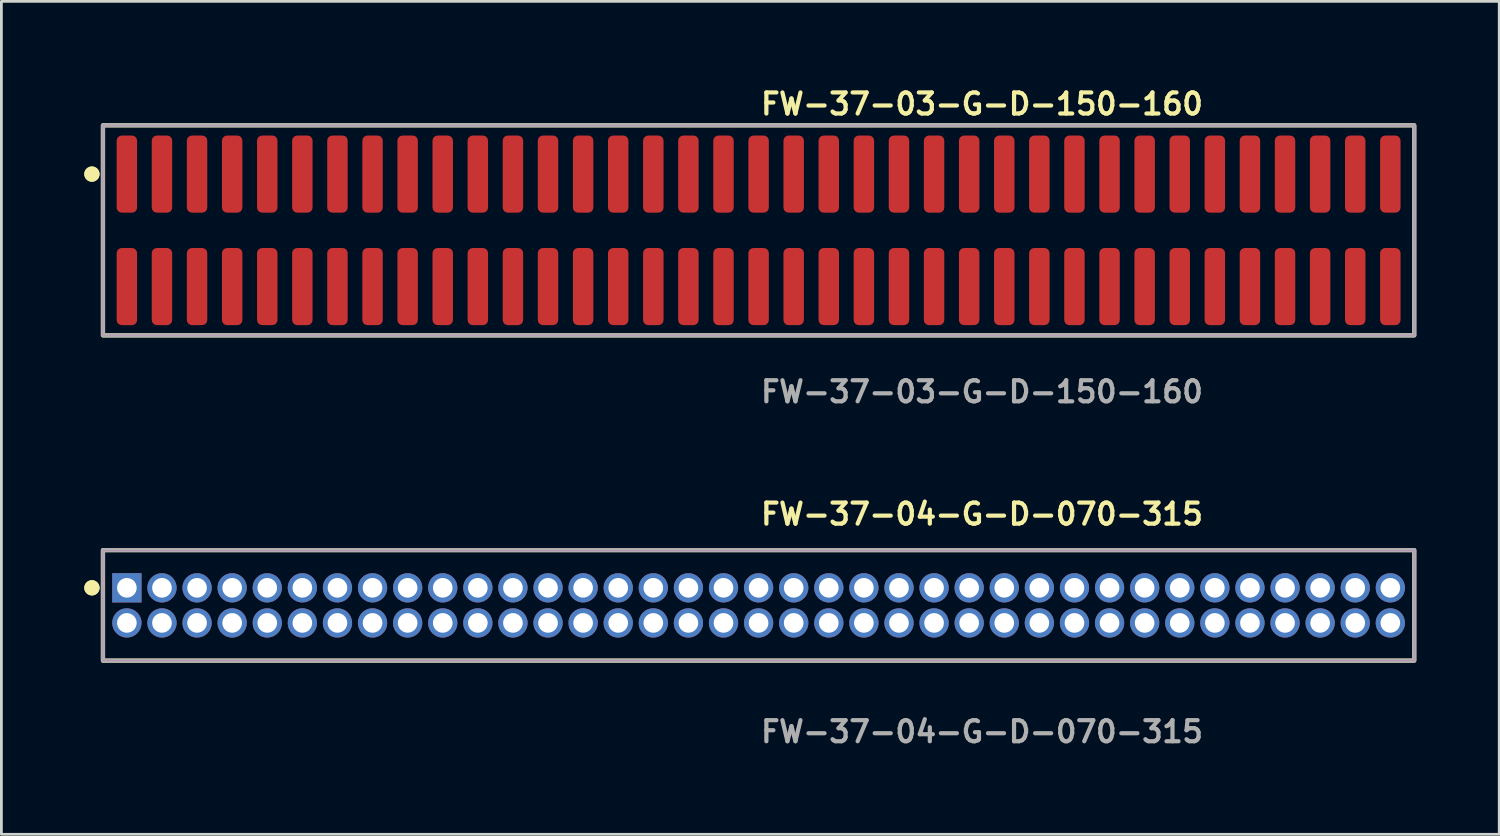
<source format=kicad_pcb>
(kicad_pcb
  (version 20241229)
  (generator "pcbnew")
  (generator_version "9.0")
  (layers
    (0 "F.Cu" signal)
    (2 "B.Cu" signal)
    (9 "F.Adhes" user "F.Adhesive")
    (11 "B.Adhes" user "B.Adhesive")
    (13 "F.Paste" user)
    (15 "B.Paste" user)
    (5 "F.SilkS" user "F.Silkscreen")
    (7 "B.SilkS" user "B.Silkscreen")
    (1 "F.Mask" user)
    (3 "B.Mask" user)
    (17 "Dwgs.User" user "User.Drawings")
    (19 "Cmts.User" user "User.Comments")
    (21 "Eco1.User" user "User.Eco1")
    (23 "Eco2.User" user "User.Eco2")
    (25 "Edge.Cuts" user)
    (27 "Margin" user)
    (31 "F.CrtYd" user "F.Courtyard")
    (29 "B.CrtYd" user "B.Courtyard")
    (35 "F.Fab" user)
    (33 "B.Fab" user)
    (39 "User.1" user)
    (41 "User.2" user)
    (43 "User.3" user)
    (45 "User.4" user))
  (footprint "FW-37-03-G-D-150-160"
    (layer "F.Cu")
    (at 24.401 5.285)
    (property "Reference" "FW-37-03-G-D-150-160" (at 0 -4.572 0) (unlocked yes) (layer "F.SilkS") (effects (font (size 0.762 0.762) (thickness 0.152)) (justify left)))
    (fp_rect (start -23.725 3.8) (end 23.725 -3.8) (stroke (width 0.152) (type solid)) (fill no) (layer "F.SilkS"))
    (fp_circle (center -24.125 -2.035) (end -24.325 -2.035) (stroke (width 0.152) (type solid)) (fill yes) (layer "F.SilkS"))
    (fp_circle (center -24.125 -2.035) (end -24.325 -2.035) (stroke (width 0.152) (type solid)) (fill yes) (layer "F.SilkS"))
    (fp_rect (start -23.725 3.8) (end 23.725 -3.8) (stroke (width 0.006) (type solid)) (fill no) (layer "F.CrtYd"))
    (fp_rect (start -23.725 3.8) (end 23.725 -3.8) (stroke (width 0.152) (type solid)) (fill no) (layer "F.Fab"))
    (fp_text user "${REFERENCE}" (at 0 5.842 0) (unlocked yes) (layer "F.Fab") (effects (font (size 0.762 0.762) (thickness 0.152)) (justify left)))
    (pad "1" smd roundrect (at -22.86 -2.035) (size 0.74 2.79) (layers "F.Cu" "F.Paste") (roundrect_rratio 0.25))
    (pad "2" smd roundrect (at -22.86 2.035) (size 0.74 2.79) (layers "F.Cu" "F.Paste") (roundrect_rratio 0.25))
    (pad "3" smd roundrect (at -21.59 -2.035) (size 0.74 2.79) (layers "F.Cu" "F.Paste") (roundrect_rratio 0.25))
    (pad "4" smd roundrect (at -21.59 2.035) (size 0.74 2.79) (layers "F.Cu" "F.Paste") (roundrect_rratio 0.25))
    (pad "5" smd roundrect (at -20.32 -2.035) (size 0.74 2.79) (layers "F.Cu" "F.Paste") (roundrect_rratio 0.25))
    (pad "6" smd roundrect (at -20.32 2.035) (size 0.74 2.79) (layers "F.Cu" "F.Paste") (roundrect_rratio 0.25))
    (pad "7" smd roundrect (at -19.05 -2.035) (size 0.74 2.79) (layers "F.Cu" "F.Paste") (roundrect_rratio 0.25))
    (pad "8" smd roundrect (at -19.05 2.035) (size 0.74 2.79) (layers "F.Cu" "F.Paste") (roundrect_rratio 0.25))
    (pad "9" smd roundrect (at -17.78 -2.035) (size 0.74 2.79) (layers "F.Cu" "F.Paste") (roundrect_rratio 0.25))
    (pad "10" smd roundrect (at -17.78 2.035) (size 0.74 2.79) (layers "F.Cu" "F.Paste") (roundrect_rratio 0.25))
    (pad "11" smd roundrect (at -16.51 -2.035) (size 0.74 2.79) (layers "F.Cu" "F.Paste") (roundrect_rratio 0.25))
    (pad "12" smd roundrect (at -16.51 2.035) (size 0.74 2.79) (layers "F.Cu" "F.Paste") (roundrect_rratio 0.25))
    (pad "13" smd roundrect (at -15.24 -2.035) (size 0.74 2.79) (layers "F.Cu" "F.Paste") (roundrect_rratio 0.25))
    (pad "14" smd roundrect (at -15.24 2.035) (size 0.74 2.79) (layers "F.Cu" "F.Paste") (roundrect_rratio 0.25))
    (pad "15" smd roundrect (at -13.97 -2.035) (size 0.74 2.79) (layers "F.Cu" "F.Paste") (roundrect_rratio 0.25))
    (pad "16" smd roundrect (at -13.97 2.035) (size 0.74 2.79) (layers "F.Cu" "F.Paste") (roundrect_rratio 0.25))
    (pad "17" smd roundrect (at -12.7 -2.035) (size 0.74 2.79) (layers "F.Cu" "F.Paste") (roundrect_rratio 0.25))
    (pad "18" smd roundrect (at -12.7 2.035) (size 0.74 2.79) (layers "F.Cu" "F.Paste") (roundrect_rratio 0.25))
    (pad "19" smd roundrect (at -11.43 -2.035) (size 0.74 2.79) (layers "F.Cu" "F.Paste") (roundrect_rratio 0.25))
    (pad "20" smd roundrect (at -11.43 2.035) (size 0.74 2.79) (layers "F.Cu" "F.Paste") (roundrect_rratio 0.25))
    (pad "21" smd roundrect (at -10.16 -2.035) (size 0.74 2.79) (layers "F.Cu" "F.Paste") (roundrect_rratio 0.25))
    (pad "22" smd roundrect (at -10.16 2.035) (size 0.74 2.79) (layers "F.Cu" "F.Paste") (roundrect_rratio 0.25))
    (pad "23" smd roundrect (at -8.89 -2.035) (size 0.74 2.79) (layers "F.Cu" "F.Paste") (roundrect_rratio 0.25))
    (pad "24" smd roundrect (at -8.89 2.035) (size 0.74 2.79) (layers "F.Cu" "F.Paste") (roundrect_rratio 0.25))
    (pad "25" smd roundrect (at -7.62 -2.035) (size 0.74 2.79) (layers "F.Cu" "F.Paste") (roundrect_rratio 0.25))
    (pad "26" smd roundrect (at -7.62 2.035) (size 0.74 2.79) (layers "F.Cu" "F.Paste") (roundrect_rratio 0.25))
    (pad "27" smd roundrect (at -6.35 -2.035) (size 0.74 2.79) (layers "F.Cu" "F.Paste") (roundrect_rratio 0.25))
    (pad "28" smd roundrect (at -6.35 2.035) (size 0.74 2.79) (layers "F.Cu" "F.Paste") (roundrect_rratio 0.25))
    (pad "29" smd roundrect (at -5.08 -2.035) (size 0.74 2.79) (layers "F.Cu" "F.Paste") (roundrect_rratio 0.25))
    (pad "30" smd roundrect (at -5.08 2.035) (size 0.74 2.79) (layers "F.Cu" "F.Paste") (roundrect_rratio 0.25))
    (pad "31" smd roundrect (at -3.81 -2.035) (size 0.74 2.79) (layers "F.Cu" "F.Paste") (roundrect_rratio 0.25))
    (pad "32" smd roundrect (at -3.81 2.035) (size 0.74 2.79) (layers "F.Cu" "F.Paste") (roundrect_rratio 0.25))
    (pad "33" smd roundrect (at -2.54 -2.035) (size 0.74 2.79) (layers "F.Cu" "F.Paste") (roundrect_rratio 0.25))
    (pad "34" smd roundrect (at -2.54 2.035) (size 0.74 2.79) (layers "F.Cu" "F.Paste") (roundrect_rratio 0.25))
    (pad "35" smd roundrect (at -1.27 -2.035) (size 0.74 2.79) (layers "F.Cu" "F.Paste") (roundrect_rratio 0.25))
    (pad "36" smd roundrect (at -1.27 2.035) (size 0.74 2.79) (layers "F.Cu" "F.Paste") (roundrect_rratio 0.25))
    (pad "37" smd roundrect (at 0 -2.035) (size 0.74 2.79) (layers "F.Cu" "F.Paste") (roundrect_rratio 0.25))
    (pad "38" smd roundrect (at 0 2.035) (size 0.74 2.79) (layers "F.Cu" "F.Paste") (roundrect_rratio 0.25))
    (pad "39" smd roundrect (at 1.27 -2.035) (size 0.74 2.79) (layers "F.Cu" "F.Paste") (roundrect_rratio 0.25))
    (pad "40" smd roundrect (at 1.27 2.035) (size 0.74 2.79) (layers "F.Cu" "F.Paste") (roundrect_rratio 0.25))
    (pad "41" smd roundrect (at 2.54 -2.035) (size 0.74 2.79) (layers "F.Cu" "F.Paste") (roundrect_rratio 0.25))
    (pad "42" smd roundrect (at 2.54 2.035) (size 0.74 2.79) (layers "F.Cu" "F.Paste") (roundrect_rratio 0.25))
    (pad "43" smd roundrect (at 3.81 -2.035) (size 0.74 2.79) (layers "F.Cu" "F.Paste") (roundrect_rratio 0.25))
    (pad "44" smd roundrect (at 3.81 2.035) (size 0.74 2.79) (layers "F.Cu" "F.Paste") (roundrect_rratio 0.25))
    (pad "45" smd roundrect (at 5.08 -2.035) (size 0.74 2.79) (layers "F.Cu" "F.Paste") (roundrect_rratio 0.25))
    (pad "46" smd roundrect (at 5.08 2.035) (size 0.74 2.79) (layers "F.Cu" "F.Paste") (roundrect_rratio 0.25))
    (pad "47" smd roundrect (at 6.35 -2.035) (size 0.74 2.79) (layers "F.Cu" "F.Paste") (roundrect_rratio 0.25))
    (pad "48" smd roundrect (at 6.35 2.035) (size 0.74 2.79) (layers "F.Cu" "F.Paste") (roundrect_rratio 0.25))
    (pad "49" smd roundrect (at 7.62 -2.035) (size 0.74 2.79) (layers "F.Cu" "F.Paste") (roundrect_rratio 0.25))
    (pad "50" smd roundrect (at 7.62 2.035) (size 0.74 2.79) (layers "F.Cu" "F.Paste") (roundrect_rratio 0.25))
    (pad "51" smd roundrect (at 8.89 -2.035) (size 0.74 2.79) (layers "F.Cu" "F.Paste") (roundrect_rratio 0.25))
    (pad "52" smd roundrect (at 8.89 2.035) (size 0.74 2.79) (layers "F.Cu" "F.Paste") (roundrect_rratio 0.25))
    (pad "53" smd roundrect (at 10.16 -2.035) (size 0.74 2.79) (layers "F.Cu" "F.Paste") (roundrect_rratio 0.25))
    (pad "54" smd roundrect (at 10.16 2.035) (size 0.74 2.79) (layers "F.Cu" "F.Paste") (roundrect_rratio 0.25))
    (pad "55" smd roundrect (at 11.43 -2.035) (size 0.74 2.79) (layers "F.Cu" "F.Paste") (roundrect_rratio 0.25))
    (pad "56" smd roundrect (at 11.43 2.035) (size 0.74 2.79) (layers "F.Cu" "F.Paste") (roundrect_rratio 0.25))
    (pad "57" smd roundrect (at 12.7 -2.035) (size 0.74 2.79) (layers "F.Cu" "F.Paste") (roundrect_rratio 0.25))
    (pad "58" smd roundrect (at 12.7 2.035) (size 0.74 2.79) (layers "F.Cu" "F.Paste") (roundrect_rratio 0.25))
    (pad "59" smd roundrect (at 13.97 -2.035) (size 0.74 2.79) (layers "F.Cu" "F.Paste") (roundrect_rratio 0.25))
    (pad "60" smd roundrect (at 13.97 2.035) (size 0.74 2.79) (layers "F.Cu" "F.Paste") (roundrect_rratio 0.25))
    (pad "61" smd roundrect (at 15.24 -2.035) (size 0.74 2.79) (layers "F.Cu" "F.Paste") (roundrect_rratio 0.25))
    (pad "62" smd roundrect (at 15.24 2.035) (size 0.74 2.79) (layers "F.Cu" "F.Paste") (roundrect_rratio 0.25))
    (pad "63" smd roundrect (at 16.51 -2.035) (size 0.74 2.79) (layers "F.Cu" "F.Paste") (roundrect_rratio 0.25))
    (pad "64" smd roundrect (at 16.51 2.035) (size 0.74 2.79) (layers "F.Cu" "F.Paste") (roundrect_rratio 0.25))
    (pad "65" smd roundrect (at 17.78 -2.035) (size 0.74 2.79) (layers "F.Cu" "F.Paste") (roundrect_rratio 0.25))
    (pad "66" smd roundrect (at 17.78 2.035) (size 0.74 2.79) (layers "F.Cu" "F.Paste") (roundrect_rratio 0.25))
    (pad "67" smd roundrect (at 19.05 -2.035) (size 0.74 2.79) (layers "F.Cu" "F.Paste") (roundrect_rratio 0.25))
    (pad "68" smd roundrect (at 19.05 2.035) (size 0.74 2.79) (layers "F.Cu" "F.Paste") (roundrect_rratio 0.25))
    (pad "69" smd roundrect (at 20.32 -2.035) (size 0.74 2.79) (layers "F.Cu" "F.Paste") (roundrect_rratio 0.25))
    (pad "70" smd roundrect (at 20.32 2.035) (size 0.74 2.79) (layers "F.Cu" "F.Paste") (roundrect_rratio 0.25))
    (pad "71" smd roundrect (at 21.59 -2.035) (size 0.74 2.79) (layers "F.Cu" "F.Paste") (roundrect_rratio 0.25))
    (pad "72" smd roundrect (at 21.59 2.035) (size 0.74 2.79) (layers "F.Cu" "F.Paste") (roundrect_rratio 0.25))
    (pad "73" smd roundrect (at 22.86 -2.035) (size 0.74 2.79) (layers "F.Cu" "F.Paste") (roundrect_rratio 0.25))
    (pad "74" smd roundrect (at 22.86 2.035) (size 0.74 2.79) (layers "F.Cu" "F.Paste") (roundrect_rratio 0.25)))
  (footprint "FW-37-04-G-D-070-315"
    (layer "F.Cu")
    (at 24.401 18.856)
    (property "Reference" "FW-37-04-G-D-070-315" (at 0 -3.302 0) (unlocked yes) (layer "F.SilkS") (effects (font (size 0.762 0.762) (thickness 0.152)) (justify left)))
    (fp_rect (start -23.725 2) (end 23.725 -2) (stroke (width 0.152) (type solid)) (fill no) (layer "F.SilkS"))
    (fp_circle (center -24.125 -0.635) (end -24.325 -0.635) (stroke (width 0.152) (type solid)) (fill yes) (layer "F.SilkS"))
    (fp_circle (center -24.125 -0.635) (end -24.325 -0.635) (stroke (width 0.152) (type solid)) (fill yes) (layer "F.SilkS"))
    (fp_rect (start -23.725 2) (end 23.725 -2) (stroke (width 0.006) (type solid)) (fill no) (layer "F.CrtYd"))
    (fp_rect (start -23.725 2) (end 23.725 -2) (stroke (width 0.152) (type solid)) (fill no) (layer "F.Fab"))
    (fp_text user "${REFERENCE}" (at 0 4.572 0) (unlocked yes) (layer "F.Fab") (effects (font (size 0.762 0.762) (thickness 0.152)) (justify left)))
    (pad "1" thru_hole rect (at -22.86 -0.635) (size 1.06 1.06) (drill 0.71) (layers "*.Cu" "*.Mask"))
    (pad "2" thru_hole circle (at -22.86 0.635) (size 1.06 1.06) (drill 0.71) (layers "*.Cu" "*.Mask"))
    (pad "3" thru_hole circle (at -21.59 -0.635) (size 1.06 1.06) (drill 0.71) (layers "*.Cu" "*.Mask"))
    (pad "4" thru_hole circle (at -21.59 0.635) (size 1.06 1.06) (drill 0.71) (layers "*.Cu" "*.Mask"))
    (pad "5" thru_hole circle (at -20.32 -0.635) (size 1.06 1.06) (drill 0.71) (layers "*.Cu" "*.Mask"))
    (pad "6" thru_hole circle (at -20.32 0.635) (size 1.06 1.06) (drill 0.71) (layers "*.Cu" "*.Mask"))
    (pad "7" thru_hole circle (at -19.05 -0.635) (size 1.06 1.06) (drill 0.71) (layers "*.Cu" "*.Mask"))
    (pad "8" thru_hole circle (at -19.05 0.635) (size 1.06 1.06) (drill 0.71) (layers "*.Cu" "*.Mask"))
    (pad "9" thru_hole circle (at -17.78 -0.635) (size 1.06 1.06) (drill 0.71) (layers "*.Cu" "*.Mask"))
    (pad "10" thru_hole circle (at -17.78 0.635) (size 1.06 1.06) (drill 0.71) (layers "*.Cu" "*.Mask"))
    (pad "11" thru_hole circle (at -16.51 -0.635) (size 1.06 1.06) (drill 0.71) (layers "*.Cu" "*.Mask"))
    (pad "12" thru_hole circle (at -16.51 0.635) (size 1.06 1.06) (drill 0.71) (layers "*.Cu" "*.Mask"))
    (pad "13" thru_hole circle (at -15.24 -0.635) (size 1.06 1.06) (drill 0.71) (layers "*.Cu" "*.Mask"))
    (pad "14" thru_hole circle (at -15.24 0.635) (size 1.06 1.06) (drill 0.71) (layers "*.Cu" "*.Mask"))
    (pad "15" thru_hole circle (at -13.97 -0.635) (size 1.06 1.06) (drill 0.71) (layers "*.Cu" "*.Mask"))
    (pad "16" thru_hole circle (at -13.97 0.635) (size 1.06 1.06) (drill 0.71) (layers "*.Cu" "*.Mask"))
    (pad "17" thru_hole circle (at -12.7 -0.635) (size 1.06 1.06) (drill 0.71) (layers "*.Cu" "*.Mask"))
    (pad "18" thru_hole circle (at -12.7 0.635) (size 1.06 1.06) (drill 0.71) (layers "*.Cu" "*.Mask"))
    (pad "19" thru_hole circle (at -11.43 -0.635) (size 1.06 1.06) (drill 0.71) (layers "*.Cu" "*.Mask"))
    (pad "20" thru_hole circle (at -11.43 0.635) (size 1.06 1.06) (drill 0.71) (layers "*.Cu" "*.Mask"))
    (pad "21" thru_hole circle (at -10.16 -0.635) (size 1.06 1.06) (drill 0.71) (layers "*.Cu" "*.Mask"))
    (pad "22" thru_hole circle (at -10.16 0.635) (size 1.06 1.06) (drill 0.71) (layers "*.Cu" "*.Mask"))
    (pad "23" thru_hole circle (at -8.89 -0.635) (size 1.06 1.06) (drill 0.71) (layers "*.Cu" "*.Mask"))
    (pad "24" thru_hole circle (at -8.89 0.635) (size 1.06 1.06) (drill 0.71) (layers "*.Cu" "*.Mask"))
    (pad "25" thru_hole circle (at -7.62 -0.635) (size 1.06 1.06) (drill 0.71) (layers "*.Cu" "*.Mask"))
    (pad "26" thru_hole circle (at -7.62 0.635) (size 1.06 1.06) (drill 0.71) (layers "*.Cu" "*.Mask"))
    (pad "27" thru_hole circle (at -6.35 -0.635) (size 1.06 1.06) (drill 0.71) (layers "*.Cu" "*.Mask"))
    (pad "28" thru_hole circle (at -6.35 0.635) (size 1.06 1.06) (drill 0.71) (layers "*.Cu" "*.Mask"))
    (pad "29" thru_hole circle (at -5.08 -0.635) (size 1.06 1.06) (drill 0.71) (layers "*.Cu" "*.Mask"))
    (pad "30" thru_hole circle (at -5.08 0.635) (size 1.06 1.06) (drill 0.71) (layers "*.Cu" "*.Mask"))
    (pad "31" thru_hole circle (at -3.81 -0.635) (size 1.06 1.06) (drill 0.71) (layers "*.Cu" "*.Mask"))
    (pad "32" thru_hole circle (at -3.81 0.635) (size 1.06 1.06) (drill 0.71) (layers "*.Cu" "*.Mask"))
    (pad "33" thru_hole circle (at -2.54 -0.635) (size 1.06 1.06) (drill 0.71) (layers "*.Cu" "*.Mask"))
    (pad "34" thru_hole circle (at -2.54 0.635) (size 1.06 1.06) (drill 0.71) (layers "*.Cu" "*.Mask"))
    (pad "35" thru_hole circle (at -1.27 -0.635) (size 1.06 1.06) (drill 0.71) (layers "*.Cu" "*.Mask"))
    (pad "36" thru_hole circle (at -1.27 0.635) (size 1.06 1.06) (drill 0.71) (layers "*.Cu" "*.Mask"))
    (pad "37" thru_hole circle (at 0 -0.635) (size 1.06 1.06) (drill 0.71) (layers "*.Cu" "*.Mask"))
    (pad "38" thru_hole circle (at 0 0.635) (size 1.06 1.06) (drill 0.71) (layers "*.Cu" "*.Mask"))
    (pad "39" thru_hole circle (at 1.27 -0.635) (size 1.06 1.06) (drill 0.71) (layers "*.Cu" "*.Mask"))
    (pad "40" thru_hole circle (at 1.27 0.635) (size 1.06 1.06) (drill 0.71) (layers "*.Cu" "*.Mask"))
    (pad "41" thru_hole circle (at 2.54 -0.635) (size 1.06 1.06) (drill 0.71) (layers "*.Cu" "*.Mask"))
    (pad "42" thru_hole circle (at 2.54 0.635) (size 1.06 1.06) (drill 0.71) (layers "*.Cu" "*.Mask"))
    (pad "43" thru_hole circle (at 3.81 -0.635) (size 1.06 1.06) (drill 0.71) (layers "*.Cu" "*.Mask"))
    (pad "44" thru_hole circle (at 3.81 0.635) (size 1.06 1.06) (drill 0.71) (layers "*.Cu" "*.Mask"))
    (pad "45" thru_hole circle (at 5.08 -0.635) (size 1.06 1.06) (drill 0.71) (layers "*.Cu" "*.Mask"))
    (pad "46" thru_hole circle (at 5.08 0.635) (size 1.06 1.06) (drill 0.71) (layers "*.Cu" "*.Mask"))
    (pad "47" thru_hole circle (at 6.35 -0.635) (size 1.06 1.06) (drill 0.71) (layers "*.Cu" "*.Mask"))
    (pad "48" thru_hole circle (at 6.35 0.635) (size 1.06 1.06) (drill 0.71) (layers "*.Cu" "*.Mask"))
    (pad "49" thru_hole circle (at 7.62 -0.635) (size 1.06 1.06) (drill 0.71) (layers "*.Cu" "*.Mask"))
    (pad "50" thru_hole circle (at 7.62 0.635) (size 1.06 1.06) (drill 0.71) (layers "*.Cu" "*.Mask"))
    (pad "51" thru_hole circle (at 8.89 -0.635) (size 1.06 1.06) (drill 0.71) (layers "*.Cu" "*.Mask"))
    (pad "52" thru_hole circle (at 8.89 0.635) (size 1.06 1.06) (drill 0.71) (layers "*.Cu" "*.Mask"))
    (pad "53" thru_hole circle (at 10.16 -0.635) (size 1.06 1.06) (drill 0.71) (layers "*.Cu" "*.Mask"))
    (pad "54" thru_hole circle (at 10.16 0.635) (size 1.06 1.06) (drill 0.71) (layers "*.Cu" "*.Mask"))
    (pad "55" thru_hole circle (at 11.43 -0.635) (size 1.06 1.06) (drill 0.71) (layers "*.Cu" "*.Mask"))
    (pad "56" thru_hole circle (at 11.43 0.635) (size 1.06 1.06) (drill 0.71) (layers "*.Cu" "*.Mask"))
    (pad "57" thru_hole circle (at 12.7 -0.635) (size 1.06 1.06) (drill 0.71) (layers "*.Cu" "*.Mask"))
    (pad "58" thru_hole circle (at 12.7 0.635) (size 1.06 1.06) (drill 0.71) (layers "*.Cu" "*.Mask"))
    (pad "59" thru_hole circle (at 13.97 -0.635) (size 1.06 1.06) (drill 0.71) (layers "*.Cu" "*.Mask"))
    (pad "60" thru_hole circle (at 13.97 0.635) (size 1.06 1.06) (drill 0.71) (layers "*.Cu" "*.Mask"))
    (pad "61" thru_hole circle (at 15.24 -0.635) (size 1.06 1.06) (drill 0.71) (layers "*.Cu" "*.Mask"))
    (pad "62" thru_hole circle (at 15.24 0.635) (size 1.06 1.06) (drill 0.71) (layers "*.Cu" "*.Mask"))
    (pad "63" thru_hole circle (at 16.51 -0.635) (size 1.06 1.06) (drill 0.71) (layers "*.Cu" "*.Mask"))
    (pad "64" thru_hole circle (at 16.51 0.635) (size 1.06 1.06) (drill 0.71) (layers "*.Cu" "*.Mask"))
    (pad "65" thru_hole circle (at 17.78 -0.635) (size 1.06 1.06) (drill 0.71) (layers "*.Cu" "*.Mask"))
    (pad "66" thru_hole circle (at 17.78 0.635) (size 1.06 1.06) (drill 0.71) (layers "*.Cu" "*.Mask"))
    (pad "67" thru_hole circle (at 19.05 -0.635) (size 1.06 1.06) (drill 0.71) (layers "*.Cu" "*.Mask"))
    (pad "68" thru_hole circle (at 19.05 0.635) (size 1.06 1.06) (drill 0.71) (layers "*.Cu" "*.Mask"))
    (pad "69" thru_hole circle (at 20.32 -0.635) (size 1.06 1.06) (drill 0.71) (layers "*.Cu" "*.Mask"))
    (pad "70" thru_hole circle (at 20.32 0.635) (size 1.06 1.06) (drill 0.71) (layers "*.Cu" "*.Mask"))
    (pad "71" thru_hole circle (at 21.59 -0.635) (size 1.06 1.06) (drill 0.71) (layers "*.Cu" "*.Mask"))
    (pad "72" thru_hole circle (at 21.59 0.635) (size 1.06 1.06) (drill 0.71) (layers "*.Cu" "*.Mask"))
    (pad "73" thru_hole circle (at 22.86 -0.635) (size 1.06 1.06) (drill 0.71) (layers "*.Cu" "*.Mask"))
    (pad "74" thru_hole circle (at 22.86 0.635) (size 1.06 1.06) (drill 0.71) (layers "*.Cu" "*.Mask")))
  (gr_rect
    (start -3 -3)
    (end 51.202 27.141)
    (stroke (width 0.1) (type default))
    (fill no)
    (layer "Edge.Cuts")))
</source>
